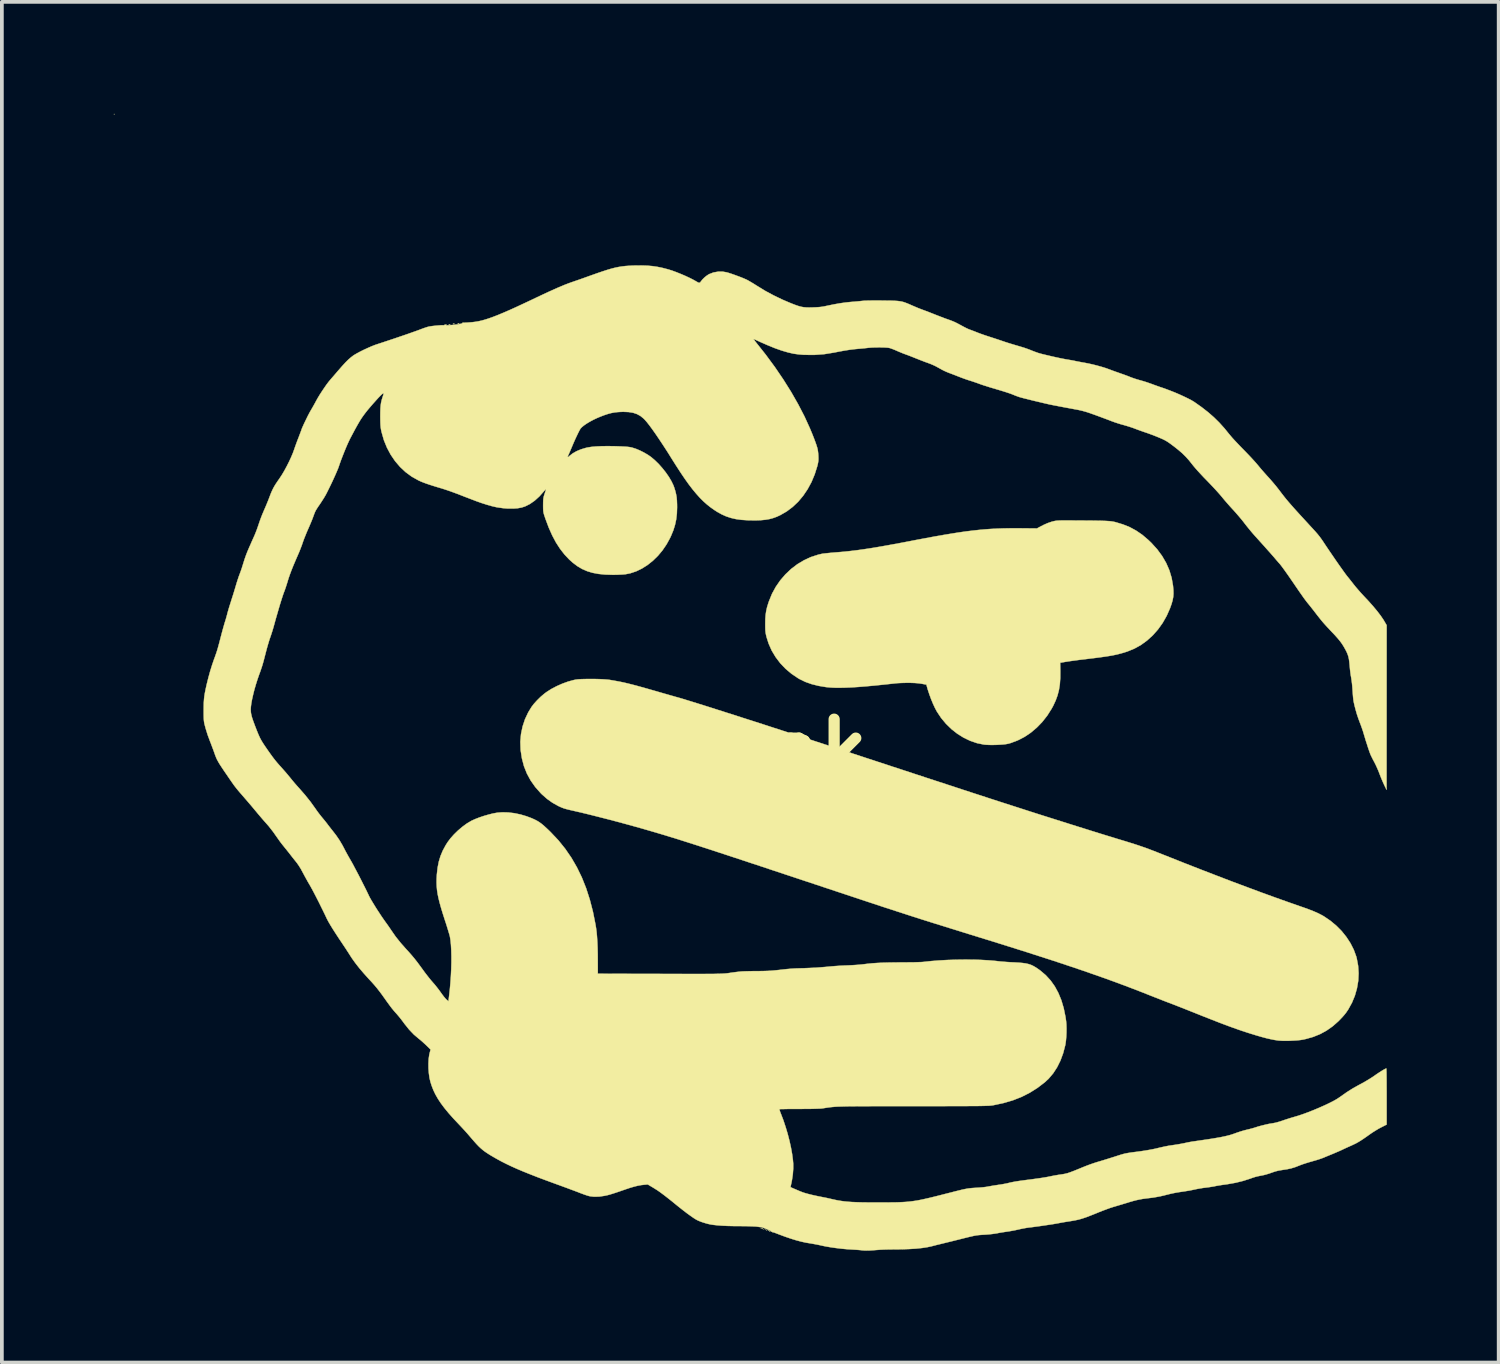
<source format=kicad_pcb>
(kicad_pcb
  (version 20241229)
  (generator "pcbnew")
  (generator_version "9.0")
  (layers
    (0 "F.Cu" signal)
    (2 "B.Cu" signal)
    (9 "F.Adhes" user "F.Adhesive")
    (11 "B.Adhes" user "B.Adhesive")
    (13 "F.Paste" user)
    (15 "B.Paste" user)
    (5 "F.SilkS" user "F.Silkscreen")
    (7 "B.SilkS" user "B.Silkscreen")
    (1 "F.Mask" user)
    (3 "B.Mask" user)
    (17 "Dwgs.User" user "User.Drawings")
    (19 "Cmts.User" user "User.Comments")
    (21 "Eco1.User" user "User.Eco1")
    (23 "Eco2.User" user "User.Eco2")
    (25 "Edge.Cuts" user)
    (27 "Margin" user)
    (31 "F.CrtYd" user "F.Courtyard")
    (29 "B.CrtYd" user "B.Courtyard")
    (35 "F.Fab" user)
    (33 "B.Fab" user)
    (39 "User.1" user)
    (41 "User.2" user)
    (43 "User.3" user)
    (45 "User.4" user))
  (footprint "thonk"
    (layer "F.Cu")
    (at 17.074 17.074)
    (property "Reference" "thonk" (at 0 0 0) (layer "F.SilkS") (effects (font (size 1.524 1.524) (thickness 0.3))))
    (attr through_hole)
    (fp_poly (pts (xy -17.056 -17.062) (xy -17.062 -17.056) (xy -17.069 -17.062) (xy -17.062 -17.069) (xy -17.056 -17.062)) (stroke (width 0.01) (type solid)) (fill yes) (layer "F.SilkS"))
    (fp_poly (pts (xy 0.368 12.846) (xy 0.362 12.852) (xy 0.356 12.846) (xy 0.362 12.84) (xy 0.368 12.846)) (stroke (width 0.01) (type solid)) (fill yes) (layer "F.SilkS"))
    (fp_poly (pts (xy 0.406 12.859) (xy 0.4 12.865) (xy 0.394 12.859) (xy 0.4 12.852) (xy 0.406 12.859)) (stroke (width 0.01) (type solid)) (fill yes) (layer "F.SilkS"))
    (fp_poly (pts (xy 0.445 12.871) (xy 0.438 12.878) (xy 0.432 12.871) (xy 0.438 12.865) (xy 0.445 12.871)) (stroke (width 0.01) (type solid)) (fill yes) (layer "F.SilkS"))
    (fp_poly (pts (xy 0.301 12.819) (xy 0.299 12.826) (xy 0.292 12.827) (xy 0.282 12.822) (xy 0.284 12.819) (xy 0.299 12.817) (xy 0.301 12.819)) (stroke (width 0.01) (type solid)) (fill yes) (layer "F.SilkS"))
    (fp_poly (pts (xy 0.339 12.831) (xy 0.337 12.839) (xy 0.33 12.84) (xy 0.32 12.835) (xy 0.322 12.831) (xy 0.337 12.83) (xy 0.339 12.831)) (stroke (width 0.01) (type solid)) (fill yes) (layer "F.SilkS"))
    (fp_poly (pts (xy 0.491 12.882) (xy 0.489 12.89) (xy 0.483 12.89) (xy 0.472 12.886) (xy 0.474 12.882) (xy 0.489 12.881) (xy 0.491 12.882)) (stroke (width 0.01) (type solid)) (fill yes) (layer "F.SilkS"))
    (fp_poly (pts (xy 0.529 12.895) (xy 0.527 12.902) (xy 0.521 12.903) (xy 0.51 12.899) (xy 0.512 12.895) (xy 0.527 12.893) (xy 0.529 12.895)) (stroke (width 0.01) (type solid)) (fill yes) (layer "F.SilkS"))
    (fp_poly (pts (xy 0.567 12.907) (xy 0.566 12.915) (xy 0.559 12.916) (xy 0.548 12.911) (xy 0.55 12.907) (xy 0.565 12.906) (xy 0.567 12.907)) (stroke (width 0.01) (type solid)) (fill yes) (layer "F.SilkS"))
    (fp_poly (pts (xy -8.048 -11.426) (xy -8.048 -11.421) (xy -8.068 -11.42) (xy -8.071 -11.42) (xy -8.091 -11.422) (xy -8.089 -11.425) (xy -8.086 -11.426) (xy -8.059 -11.428) (xy -8.048 -11.426)) (stroke (width 0.01) (type solid)) (fill yes) (layer "F.SilkS"))
    (fp_poly (pts (xy -7.934 -11.438) (xy -7.934 -11.434) (xy -7.954 -11.432) (xy -7.957 -11.432) (xy -7.976 -11.434) (xy -7.974 -11.438) (xy -7.972 -11.439) (xy -7.945 -11.441) (xy -7.934 -11.438)) (stroke (width 0.01) (type solid)) (fill yes) (layer "F.SilkS"))
    (fp_poly (pts (xy -7.807 -11.451) (xy -7.807 -11.447) (xy -7.827 -11.445) (xy -7.83 -11.445) (xy -7.849 -11.447) (xy -7.847 -11.451) (xy -7.845 -11.452) (xy -7.818 -11.453) (xy -7.807 -11.451)) (stroke (width 0.01) (type solid)) (fill yes) (layer "F.SilkS"))
    (fp_poly (pts (xy 8.552 -6.164) (xy 8.671 -6.163) (xy 8.687 -6.163) (xy 8.868 -6.162) (xy 9.025 -6.161) (xy 9.161 -6.16) (xy 9.278 -6.158) (xy 9.378 -6.157) (xy 9.462 -6.154) (xy 9.532 -6.152) (xy 9.591 -6.148) (xy 9.641 -6.145) (xy 9.684 -6.14) (xy 9.721 -6.134) (xy 9.754 -6.128) (xy 9.787 -6.121) (xy 9.801 -6.117) (xy 9.999 -6.057) (xy 10.181 -5.983) (xy 10.351 -5.891) (xy 10.513 -5.78) (xy 10.671 -5.646) (xy 10.757 -5.564) (xy 10.915 -5.39) (xy 11.047 -5.21) (xy 11.156 -5.022) (xy 11.241 -4.827) (xy 11.302 -4.623) (xy 11.339 -4.411) (xy 11.349 -4.291) (xy 11.351 -4.198) (xy 11.344 -4.109) (xy 11.327 -4.02) (xy 11.299 -3.922) (xy 11.259 -3.81) (xy 11.169 -3.606) (xy 11.061 -3.416) (xy 10.936 -3.241) (xy 10.796 -3.083) (xy 10.643 -2.944) (xy 10.478 -2.824) (xy 10.301 -2.726) (xy 10.116 -2.65) (xy 10.097 -2.644) (xy 10.019 -2.619) (xy 9.944 -2.598) (xy 9.869 -2.578) (xy 9.791 -2.56) (xy 9.707 -2.543) (xy 9.614 -2.527) (xy 9.509 -2.511) (xy 9.389 -2.494) (xy 9.252 -2.476) (xy 9.094 -2.457) (xy 9 -2.445) (xy 8.895 -2.433) (xy 8.79 -2.42) (xy 8.69 -2.406) (xy 8.6 -2.394) (xy 8.525 -2.383) (xy 8.47 -2.374) (xy 8.466 -2.374) (xy 8.312 -2.347) (xy 8.316 -2.123) (xy 8.315 -1.938) (xy 8.303 -1.771) (xy 8.279 -1.618) (xy 8.242 -1.474) (xy 8.191 -1.334) (xy 8.125 -1.192) (xy 8.083 -1.115) (xy 7.965 -0.929) (xy 7.831 -0.759) (xy 7.684 -0.607) (xy 7.524 -0.472) (xy 7.354 -0.358) (xy 7.175 -0.266) (xy 6.99 -0.196) (xy 6.918 -0.176) (xy 6.86 -0.165) (xy 6.783 -0.156) (xy 6.692 -0.15) (xy 6.595 -0.145) (xy 6.497 -0.143) (xy 6.404 -0.144) (xy 6.322 -0.148) (xy 6.269 -0.153) (xy 6.083 -0.191) (xy 5.901 -0.253) (xy 5.725 -0.337) (xy 5.556 -0.442) (xy 5.398 -0.566) (xy 5.252 -0.708) (xy 5.12 -0.866) (xy 5.005 -1.039) (xy 5.002 -1.045) (xy 4.953 -1.137) (xy 4.902 -1.247) (xy 4.851 -1.37) (xy 4.804 -1.498) (xy 4.762 -1.625) (xy 4.738 -1.709) (xy 4.724 -1.761) (xy 4.594 -1.785) (xy 4.511 -1.797) (xy 4.409 -1.805) (xy 4.294 -1.809) (xy 4.174 -1.809) (xy 4.053 -1.806) (xy 3.939 -1.8) (xy 3.873 -1.793) (xy 3.597 -1.763) (xy 3.344 -1.737) (xy 3.114 -1.716) (xy 2.905 -1.699) (xy 2.717 -1.687) (xy 2.548 -1.68) (xy 2.398 -1.677) (xy 2.264 -1.678) (xy 2.146 -1.684) (xy 2.043 -1.694) (xy 2.038 -1.694) (xy 1.832 -1.728) (xy 1.645 -1.775) (xy 1.476 -1.835) (xy 1.322 -1.91) (xy 1.287 -1.93) (xy 1.11 -2.049) (xy 0.948 -2.185) (xy 0.804 -2.336) (xy 0.68 -2.5) (xy 0.575 -2.675) (xy 0.493 -2.86) (xy 0.442 -3.019) (xy 0.427 -3.076) (xy 0.417 -3.123) (xy 0.41 -3.167) (xy 0.405 -3.214) (xy 0.403 -3.271) (xy 0.402 -3.343) (xy 0.402 -3.391) (xy 0.404 -3.519) (xy 0.412 -3.63) (xy 0.427 -3.732) (xy 0.45 -3.835) (xy 0.484 -3.946) (xy 0.503 -4.001) (xy 0.584 -4.199) (xy 0.686 -4.386) (xy 0.806 -4.559) (xy 0.944 -4.719) (xy 1.096 -4.863) (xy 1.261 -4.989) (xy 1.438 -5.095) (xy 1.625 -5.182) (xy 1.819 -5.245) (xy 1.93 -5.271) (xy 1.966 -5.276) (xy 2.021 -5.282) (xy 2.09 -5.289) (xy 2.168 -5.297) (xy 2.242 -5.303) (xy 2.376 -5.314) (xy 2.505 -5.325) (xy 2.632 -5.338) (xy 2.76 -5.353) (xy 2.889 -5.369) (xy 3.024 -5.388) (xy 3.166 -5.409) (xy 3.317 -5.433) (xy 3.481 -5.461) (xy 3.658 -5.492) (xy 3.853 -5.528) (xy 4.066 -5.567) (xy 4.301 -5.612) (xy 4.413 -5.634) (xy 4.689 -5.686) (xy 4.942 -5.733) (xy 5.175 -5.774) (xy 5.391 -5.81) (xy 5.592 -5.842) (xy 5.78 -5.869) (xy 5.959 -5.891) (xy 6.13 -5.91) (xy 6.296 -5.925) (xy 6.46 -5.937) (xy 6.624 -5.945) (xy 6.789 -5.951) (xy 6.96 -5.954) (xy 7.138 -5.954) (xy 7.252 -5.954) (xy 7.69 -5.95) (xy 7.753 -5.985) (xy 7.871 -6.046) (xy 7.975 -6.092) (xy 8.073 -6.126) (xy 8.109 -6.136) (xy 8.14 -6.144) (xy 8.168 -6.15) (xy 8.197 -6.155) (xy 8.229 -6.159) (xy 8.268 -6.161) (xy 8.317 -6.163) (xy 8.378 -6.164) (xy 8.456 -6.164) (xy 8.552 -6.164)) (stroke (width 0.01) (type solid)) (fill yes) (layer "F.SilkS"))
    (fp_poly (pts (xy -4.143 -1.911) (xy -4.036 -1.908) (xy -3.938 -1.903) (xy -3.852 -1.897) (xy -3.784 -1.89) (xy -3.772 -1.888) (xy -3.672 -1.871) (xy -3.577 -1.854) (xy -3.483 -1.836) (xy -3.387 -1.816) (xy -3.286 -1.792) (xy -3.178 -1.765) (xy -3.058 -1.734) (xy -2.925 -1.697) (xy -2.774 -1.655) (xy -2.604 -1.606) (xy -2.54 -1.588) (xy -2.43 -1.556) (xy -2.323 -1.525) (xy -2.224 -1.497) (xy -2.135 -1.471) (xy -2.059 -1.45) (xy -2.002 -1.433) (xy -1.964 -1.423) (xy -1.962 -1.422) (xy -1.9 -1.405) (xy -1.815 -1.38) (xy -1.708 -1.347) (xy -1.581 -1.308) (xy -1.433 -1.262) (xy -1.266 -1.21) (xy -1.082 -1.152) (xy -0.882 -1.088) (xy -0.666 -1.019) (xy -0.435 -0.946) (xy -0.191 -0.867) (xy 0.065 -0.785) (xy 0.333 -0.699) (xy 0.61 -0.609) (xy 0.897 -0.516) (xy 1.192 -0.42) (xy 1.493 -0.322) (xy 1.801 -0.222) (xy 2.113 -0.12) (xy 2.429 -0.017) (xy 2.748 0.088) (xy 3.061 0.191) (xy 3.435 0.314) (xy 3.787 0.43) (xy 4.118 0.538) (xy 4.428 0.64) (xy 4.719 0.736) (xy 4.992 0.825) (xy 5.249 0.909) (xy 5.49 0.988) (xy 5.718 1.063) (xy 5.932 1.133) (xy 6.136 1.199) (xy 6.329 1.262) (xy 6.513 1.322) (xy 6.689 1.379) (xy 6.86 1.434) (xy 7.025 1.487) (xy 7.186 1.539) (xy 7.345 1.59) (xy 7.502 1.641) (xy 7.659 1.691) (xy 7.728 1.713) (xy 7.92 1.774) (xy 8.123 1.838) (xy 8.332 1.904) (xy 8.544 1.971) (xy 8.756 2.038) (xy 8.965 2.103) (xy 9.168 2.167) (xy 9.361 2.227) (xy 9.542 2.283) (xy 9.707 2.333) (xy 9.852 2.378) (xy 9.925 2.4) (xy 10.068 2.443) (xy 10.193 2.482) (xy 10.305 2.517) (xy 10.406 2.55) (xy 10.502 2.583) (xy 10.598 2.616) (xy 10.696 2.653) (xy 10.802 2.693) (xy 10.919 2.739) (xy 11.053 2.792) (xy 11.163 2.835) (xy 11.62 3.017) (xy 12.067 3.192) (xy 12.502 3.36) (xy 12.925 3.522) (xy 13.334 3.675) (xy 13.726 3.821) (xy 14.101 3.957) (xy 14.456 4.083) (xy 14.79 4.2) (xy 14.821 4.21) (xy 14.979 4.267) (xy 15.116 4.321) (xy 15.234 4.373) (xy 15.337 4.426) (xy 15.384 4.453) (xy 15.558 4.571) (xy 15.718 4.704) (xy 15.864 4.851) (xy 15.991 5.01) (xy 16.1 5.178) (xy 16.188 5.352) (xy 16.253 5.53) (xy 16.267 5.582) (xy 16.304 5.78) (xy 16.317 5.981) (xy 16.307 6.184) (xy 16.273 6.385) (xy 16.217 6.582) (xy 16.139 6.771) (xy 16.039 6.952) (xy 15.98 7.039) (xy 15.942 7.087) (xy 15.893 7.144) (xy 15.836 7.205) (xy 15.78 7.263) (xy 15.773 7.27) (xy 15.619 7.405) (xy 15.458 7.518) (xy 15.288 7.611) (xy 15.104 7.686) (xy 14.905 7.743) (xy 14.823 7.761) (xy 14.753 7.772) (xy 14.665 7.781) (xy 14.566 7.787) (xy 14.462 7.792) (xy 14.359 7.793) (xy 14.266 7.792) (xy 14.188 7.787) (xy 14.165 7.785) (xy 14.064 7.77) (xy 13.958 7.749) (xy 13.841 7.722) (xy 13.71 7.687) (xy 13.559 7.643) (xy 13.549 7.64) (xy 13.431 7.604) (xy 13.315 7.567) (xy 13.199 7.529) (xy 13.08 7.488) (xy 12.956 7.444) (xy 12.824 7.396) (xy 12.681 7.343) (xy 12.526 7.283) (xy 12.355 7.216) (xy 12.166 7.142) (xy 11.956 7.058) (xy 11.932 7.048) (xy 11.816 7.002) (xy 11.698 6.955) (xy 11.582 6.909) (xy 11.472 6.866) (xy 11.372 6.827) (xy 11.288 6.794) (xy 11.222 6.769) (xy 11.22 6.769) (xy 11.142 6.739) (xy 11.046 6.702) (xy 10.941 6.66) (xy 10.832 6.618) (xy 10.726 6.576) (xy 10.673 6.555) (xy 10.44 6.463) (xy 10.204 6.372) (xy 9.962 6.281) (xy 9.713 6.189) (xy 9.455 6.096) (xy 9.187 6.002) (xy 8.908 5.905) (xy 8.615 5.806) (xy 8.307 5.703) (xy 7.983 5.597) (xy 7.641 5.487) (xy 7.279 5.371) (xy 6.897 5.251) (xy 6.492 5.124) (xy 6.369 5.086) (xy 6.147 5.018) (xy 5.941 4.954) (xy 5.75 4.895) (xy 5.572 4.839) (xy 5.406 4.788) (xy 5.25 4.739) (xy 5.103 4.693) (xy 4.963 4.65) (xy 4.829 4.608) (xy 4.699 4.567) (xy 4.572 4.527) (xy 4.447 4.487) (xy 4.322 4.447) (xy 4.196 4.406) (xy 4.067 4.364) (xy 3.933 4.321) (xy 3.794 4.275) (xy 3.647 4.228) (xy 3.492 4.177) (xy 3.327 4.122) (xy 3.151 4.064) (xy 2.961 4.001) (xy 2.757 3.933) (xy 2.537 3.86) (xy 2.299 3.781) (xy 2.043 3.696) (xy 1.766 3.604) (xy 1.468 3.505) (xy 1.264 3.437) (xy 0.926 3.325) (xy 0.612 3.221) (xy 0.319 3.123) (xy 0.046 3.033) (xy -0.207 2.949) (xy -0.441 2.872) (xy -0.659 2.8) (xy -0.861 2.734) (xy -1.049 2.672) (xy -1.223 2.616) (xy -1.385 2.563) (xy -1.536 2.515) (xy -1.677 2.47) (xy -1.809 2.428) (xy -1.934 2.388) (xy -2.052 2.351) (xy -2.166 2.317) (xy -2.275 2.283) (xy -2.382 2.251) (xy -2.487 2.22) (xy -2.592 2.189) (xy -2.698 2.158) (xy -2.806 2.127) (xy -2.908 2.097) (xy -3.109 2.041) (xy -3.323 1.982) (xy -3.544 1.922) (xy -3.767 1.863) (xy -3.99 1.806) (xy -4.206 1.751) (xy -4.412 1.7) (xy -4.603 1.655) (xy -4.775 1.615) (xy -4.782 1.614) (xy -4.871 1.593) (xy -4.941 1.575) (xy -4.999 1.558) (xy -5.051 1.538) (xy -5.103 1.516) (xy -5.152 1.493) (xy -5.307 1.406) (xy -5.449 1.305) (xy -5.587 1.184) (xy -5.62 1.151) (xy -5.767 0.985) (xy -5.891 0.809) (xy -5.992 0.623) (xy -6.07 0.426) (xy -6.125 0.217) (xy -6.159 -0.004) (xy -6.16 -0.022) (xy -6.167 -0.229) (xy -6.149 -0.435) (xy -6.107 -0.637) (xy -6.043 -0.831) (xy -5.956 -1.016) (xy -5.865 -1.165) (xy -5.797 -1.253) (xy -5.713 -1.345) (xy -5.62 -1.436) (xy -5.523 -1.518) (xy -5.467 -1.56) (xy -5.339 -1.642) (xy -5.195 -1.718) (xy -5.042 -1.786) (xy -4.887 -1.842) (xy -4.737 -1.883) (xy -4.68 -1.895) (xy -4.626 -1.902) (xy -4.552 -1.907) (xy -4.461 -1.91) (xy -4.36 -1.912) (xy -4.252 -1.912) (xy -4.143 -1.911)) (stroke (width 0.01) (type solid)) (fill yes) (layer "F.SilkS"))
    (fp_poly (pts (xy -2.761 -12.998) (xy -2.622 -12.986) (xy -2.488 -12.966) (xy -2.353 -12.938) (xy -2.211 -12.901) (xy -2.191 -12.895) (xy -2.092 -12.864) (xy -1.981 -12.823) (xy -1.864 -12.776) (xy -1.747 -12.726) (xy -1.635 -12.674) (xy -1.534 -12.623) (xy -1.45 -12.576) (xy -1.433 -12.566) (xy -1.392 -12.543) (xy -1.364 -12.538) (xy -1.342 -12.551) (xy -1.321 -12.579) (xy -1.286 -12.624) (xy -1.236 -12.674) (xy -1.18 -12.721) (xy -1.124 -12.759) (xy -1.105 -12.77) (xy -0.989 -12.815) (xy -0.865 -12.837) (xy -0.737 -12.837) (xy -0.641 -12.821) (xy -0.586 -12.806) (xy -0.514 -12.783) (xy -0.431 -12.754) (xy -0.344 -12.722) (xy -0.258 -12.69) (xy -0.179 -12.658) (xy -0.115 -12.63) (xy -0.089 -12.618) (xy -0.045 -12.594) (xy 0.013 -12.56) (xy 0.081 -12.52) (xy 0.152 -12.475) (xy 0.197 -12.447) (xy 0.403 -12.321) (xy 0.628 -12.2) (xy 0.865 -12.086) (xy 1.045 -12.009) (xy 1.149 -11.967) (xy 1.234 -11.935) (xy 1.307 -11.911) (xy 1.373 -11.894) (xy 1.437 -11.883) (xy 1.503 -11.878) (xy 1.578 -11.876) (xy 1.666 -11.878) (xy 1.676 -11.878) (xy 1.77 -11.882) (xy 1.848 -11.887) (xy 1.918 -11.895) (xy 1.989 -11.907) (xy 2.064 -11.923) (xy 2.244 -11.96) (xy 2.405 -11.989) (xy 2.555 -12.01) (xy 2.699 -12.025) (xy 2.724 -12.027) (xy 2.8 -12.033) (xy 2.878 -12.04) (xy 2.948 -12.047) (xy 3.003 -12.053) (xy 3.005 -12.053) (xy 3.05 -12.057) (xy 3.117 -12.06) (xy 3.205 -12.062) (xy 3.311 -12.063) (xy 3.432 -12.063) (xy 3.551 -12.062) (xy 3.678 -12.06) (xy 3.782 -12.059) (xy 3.868 -12.056) (xy 3.94 -12.052) (xy 4.001 -12.045) (xy 4.055 -12.036) (xy 4.106 -12.024) (xy 4.156 -12.007) (xy 4.211 -11.986) (xy 4.273 -11.96) (xy 4.346 -11.927) (xy 4.352 -11.925) (xy 4.427 -11.893) (xy 4.505 -11.86) (xy 4.58 -11.831) (xy 4.641 -11.808) (xy 4.647 -11.806) (xy 4.706 -11.784) (xy 4.78 -11.756) (xy 4.859 -11.725) (xy 4.935 -11.695) (xy 4.94 -11.693) (xy 5.019 -11.662) (xy 5.107 -11.628) (xy 5.192 -11.595) (xy 5.264 -11.569) (xy 5.352 -11.538) (xy 5.423 -11.511) (xy 5.486 -11.484) (xy 5.547 -11.454) (xy 5.615 -11.418) (xy 5.683 -11.381) (xy 5.743 -11.349) (xy 5.802 -11.319) (xy 5.853 -11.296) (xy 5.886 -11.283) (xy 5.924 -11.269) (xy 5.978 -11.249) (xy 6.04 -11.225) (xy 6.089 -11.205) (xy 6.16 -11.178) (xy 6.244 -11.148) (xy 6.329 -11.119) (xy 6.387 -11.1) (xy 6.455 -11.078) (xy 6.539 -11.051) (xy 6.63 -11.021) (xy 6.72 -10.991) (xy 6.769 -10.974) (xy 6.858 -10.944) (xy 6.956 -10.913) (xy 7.055 -10.883) (xy 7.143 -10.857) (xy 7.181 -10.846) (xy 7.261 -10.822) (xy 7.347 -10.796) (xy 7.427 -10.768) (xy 7.495 -10.743) (xy 7.505 -10.739) (xy 7.569 -10.713) (xy 7.635 -10.688) (xy 7.693 -10.667) (xy 7.722 -10.657) (xy 7.769 -10.643) (xy 7.837 -10.625) (xy 7.92 -10.605) (xy 8.013 -10.583) (xy 8.111 -10.56) (xy 8.21 -10.538) (xy 8.303 -10.518) (xy 8.388 -10.501) (xy 8.457 -10.488) (xy 8.486 -10.483) (xy 8.557 -10.471) (xy 8.633 -10.458) (xy 8.703 -10.444) (xy 8.725 -10.439) (xy 8.789 -10.426) (xy 8.864 -10.412) (xy 8.938 -10.398) (xy 8.96 -10.395) (xy 9.068 -10.374) (xy 9.186 -10.348) (xy 9.308 -10.317) (xy 9.426 -10.284) (xy 9.533 -10.251) (xy 9.608 -10.224) (xy 9.675 -10.199) (xy 9.756 -10.169) (xy 9.841 -10.139) (xy 9.921 -10.111) (xy 9.925 -10.109) (xy 9.998 -10.084) (xy 10.072 -10.057) (xy 10.139 -10.032) (xy 10.191 -10.011) (xy 10.198 -10.008) (xy 10.249 -9.989) (xy 10.316 -9.966) (xy 10.389 -9.943) (xy 10.456 -9.924) (xy 10.534 -9.902) (xy 10.619 -9.876) (xy 10.7 -9.848) (xy 10.754 -9.829) (xy 10.821 -9.804) (xy 10.902 -9.775) (xy 10.986 -9.745) (xy 11.062 -9.72) (xy 11.168 -9.682) (xy 11.281 -9.639) (xy 11.399 -9.592) (xy 11.515 -9.542) (xy 11.626 -9.491) (xy 11.728 -9.442) (xy 11.817 -9.397) (xy 11.887 -9.356) (xy 11.912 -9.34) (xy 12.106 -9.203) (xy 12.279 -9.068) (xy 12.436 -8.931) (xy 12.58 -8.789) (xy 12.717 -8.637) (xy 12.847 -8.477) (xy 12.882 -8.435) (xy 12.931 -8.378) (xy 12.992 -8.311) (xy 13.061 -8.238) (xy 13.134 -8.161) (xy 13.209 -8.084) (xy 13.222 -8.071) (xy 13.298 -7.993) (xy 13.375 -7.913) (xy 13.448 -7.835) (xy 13.514 -7.763) (xy 13.57 -7.7) (xy 13.612 -7.65) (xy 13.616 -7.646) (xy 13.666 -7.585) (xy 13.727 -7.513) (xy 13.794 -7.437) (xy 13.86 -7.363) (xy 13.896 -7.324) (xy 13.962 -7.25) (xy 14.036 -7.164) (xy 14.11 -7.075) (xy 14.176 -6.991) (xy 14.203 -6.955) (xy 14.263 -6.876) (xy 14.32 -6.803) (xy 14.377 -6.732) (xy 14.437 -6.661) (xy 14.502 -6.586) (xy 14.575 -6.503) (xy 14.659 -6.41) (xy 14.756 -6.303) (xy 14.802 -6.253) (xy 14.872 -6.177) (xy 14.944 -6.099) (xy 15.013 -6.023) (xy 15.076 -5.955) (xy 15.128 -5.898) (xy 15.16 -5.863) (xy 15.214 -5.801) (xy 15.27 -5.731) (xy 15.321 -5.662) (xy 15.357 -5.61) (xy 15.393 -5.555) (xy 15.439 -5.486) (xy 15.492 -5.407) (xy 15.551 -5.32) (xy 15.614 -5.228) (xy 15.678 -5.134) (xy 15.742 -5.042) (xy 15.803 -4.954) (xy 15.86 -4.874) (xy 15.91 -4.804) (xy 15.951 -4.747) (xy 15.981 -4.707) (xy 15.991 -4.693) (xy 16.021 -4.655) (xy 16.063 -4.604) (xy 16.11 -4.544) (xy 16.16 -4.481) (xy 16.183 -4.451) (xy 16.241 -4.379) (xy 16.309 -4.3) (xy 16.378 -4.221) (xy 16.442 -4.152) (xy 16.453 -4.14) (xy 16.59 -3.994) (xy 16.713 -3.855) (xy 16.82 -3.726) (xy 16.91 -3.608) (xy 16.982 -3.502) (xy 17.01 -3.455) (xy 17.069 -3.354) (xy 17.067 1.06) (xy 17.005 0.933) (xy 16.977 0.872) (xy 16.944 0.796) (xy 16.91 0.714) (xy 16.88 0.636) (xy 16.877 0.629) (xy 16.847 0.55) (xy 16.81 0.466) (xy 16.773 0.385) (xy 16.739 0.318) (xy 16.737 0.314) (xy 16.704 0.253) (xy 16.673 0.191) (xy 16.647 0.138) (xy 16.632 0.104) (xy 16.616 0.061) (xy 16.594 -0.001) (xy 16.568 -0.078) (xy 16.54 -0.166) (xy 16.51 -0.258) (xy 16.482 -0.352) (xy 16.455 -0.441) (xy 16.447 -0.47) (xy 16.428 -0.53) (xy 16.402 -0.605) (xy 16.374 -0.683) (xy 16.347 -0.753) (xy 16.31 -0.852) (xy 16.272 -0.965) (xy 16.238 -1.084) (xy 16.208 -1.199) (xy 16.185 -1.302) (xy 16.181 -1.327) (xy 16.175 -1.367) (xy 16.169 -1.425) (xy 16.163 -1.496) (xy 16.158 -1.572) (xy 16.155 -1.613) (xy 16.149 -1.696) (xy 16.141 -1.782) (xy 16.131 -1.862) (xy 16.121 -1.929) (xy 16.118 -1.949) (xy 16.107 -2.011) (xy 16.096 -2.089) (xy 16.086 -2.173) (xy 16.079 -2.255) (xy 16.078 -2.267) (xy 16.068 -2.367) (xy 16.057 -2.449) (xy 16.041 -2.519) (xy 16.019 -2.584) (xy 15.99 -2.65) (xy 15.952 -2.721) (xy 15.912 -2.791) (xy 15.872 -2.854) (xy 15.829 -2.914) (xy 15.779 -2.976) (xy 15.719 -3.045) (xy 15.646 -3.125) (xy 15.611 -3.161) (xy 15.531 -3.246) (xy 15.464 -3.318) (xy 15.407 -3.381) (xy 15.356 -3.439) (xy 15.307 -3.498) (xy 15.256 -3.562) (xy 15.199 -3.634) (xy 15.181 -3.658) (xy 15.13 -3.724) (xy 15.076 -3.793) (xy 15.025 -3.858) (xy 14.982 -3.911) (xy 14.966 -3.931) (xy 14.941 -3.961) (xy 14.917 -3.992) (xy 14.893 -4.024) (xy 14.866 -4.06) (xy 14.835 -4.102) (xy 14.8 -4.153) (xy 14.757 -4.214) (xy 14.706 -4.287) (xy 14.645 -4.376) (xy 14.573 -4.482) (xy 14.502 -4.585) (xy 14.443 -4.671) (xy 14.384 -4.755) (xy 14.329 -4.832) (xy 14.28 -4.899) (xy 14.239 -4.954) (xy 14.209 -4.992) (xy 14.201 -5.001) (xy 14.158 -5.049) (xy 14.113 -5.101) (xy 14.076 -5.145) (xy 14.074 -5.147) (xy 14.039 -5.188) (xy 13.989 -5.245) (xy 13.928 -5.315) (xy 13.856 -5.395) (xy 13.778 -5.483) (xy 13.694 -5.576) (xy 13.621 -5.657) (xy 13.547 -5.739) (xy 13.484 -5.81) (xy 13.428 -5.876) (xy 13.373 -5.943) (xy 13.314 -6.016) (xy 13.246 -6.103) (xy 13.233 -6.121) (xy 13.176 -6.192) (xy 13.109 -6.272) (xy 13.037 -6.355) (xy 12.969 -6.432) (xy 12.939 -6.464) (xy 12.875 -6.534) (xy 12.806 -6.612) (xy 12.737 -6.691) (xy 12.677 -6.763) (xy 12.651 -6.795) (xy 12.608 -6.846) (xy 12.551 -6.911) (xy 12.483 -6.986) (xy 12.409 -7.066) (xy 12.331 -7.148) (xy 12.255 -7.227) (xy 12.249 -7.233) (xy 12.164 -7.32) (xy 12.082 -7.408) (xy 12.005 -7.491) (xy 11.938 -7.567) (xy 11.884 -7.631) (xy 11.858 -7.664) (xy 11.769 -7.776) (xy 11.68 -7.875) (xy 11.587 -7.967) (xy 11.482 -8.057) (xy 11.361 -8.153) (xy 11.347 -8.163) (xy 11.275 -8.217) (xy 11.216 -8.259) (xy 11.164 -8.292) (xy 11.114 -8.32) (xy 11.059 -8.347) (xy 10.992 -8.376) (xy 10.975 -8.383) (xy 10.891 -8.418) (xy 10.797 -8.455) (xy 10.702 -8.49) (xy 10.618 -8.52) (xy 10.613 -8.521) (xy 10.537 -8.547) (xy 10.458 -8.575) (xy 10.384 -8.602) (xy 10.325 -8.624) (xy 10.318 -8.627) (xy 10.262 -8.648) (xy 10.19 -8.672) (xy 10.11 -8.697) (xy 10.031 -8.72) (xy 10.014 -8.725) (xy 9.934 -8.747) (xy 9.851 -8.773) (xy 9.772 -8.799) (xy 9.707 -8.823) (xy 9.697 -8.826) (xy 9.602 -8.863) (xy 9.49 -8.905) (xy 9.369 -8.95) (xy 9.247 -8.995) (xy 9.131 -9.036) (xy 9.074 -9.056) (xy 8.998 -9.08) (xy 8.911 -9.104) (xy 8.826 -9.124) (xy 8.788 -9.132) (xy 8.695 -9.149) (xy 8.595 -9.168) (xy 8.491 -9.187) (xy 8.39 -9.206) (xy 8.294 -9.224) (xy 8.209 -9.241) (xy 8.139 -9.254) (xy 8.089 -9.264) (xy 8.084 -9.265) (xy 8.03 -9.276) (xy 7.96 -9.292) (xy 7.877 -9.311) (xy 7.785 -9.333) (xy 7.688 -9.356) (xy 7.59 -9.379) (xy 7.495 -9.403) (xy 7.407 -9.425) (xy 7.33 -9.444) (xy 7.268 -9.461) (xy 7.225 -9.473) (xy 7.214 -9.476) (xy 7.16 -9.495) (xy 7.097 -9.519) (xy 7.036 -9.544) (xy 7.029 -9.547) (xy 6.989 -9.562) (xy 6.929 -9.583) (xy 6.853 -9.608) (xy 6.767 -9.635) (xy 6.675 -9.663) (xy 6.603 -9.684) (xy 6.509 -9.712) (xy 6.415 -9.74) (xy 6.328 -9.768) (xy 6.251 -9.792) (xy 6.19 -9.813) (xy 6.159 -9.824) (xy 6.094 -9.848) (xy 6.016 -9.875) (xy 5.938 -9.901) (xy 5.893 -9.915) (xy 5.821 -9.938) (xy 5.738 -9.967) (xy 5.652 -9.999) (xy 5.582 -10.026) (xy 5.511 -10.054) (xy 5.439 -10.082) (xy 5.373 -10.107) (xy 5.322 -10.126) (xy 5.32 -10.127) (xy 5.261 -10.151) (xy 5.193 -10.182) (xy 5.131 -10.214) (xy 5.123 -10.219) (xy 5.036 -10.267) (xy 4.964 -10.306) (xy 4.897 -10.337) (xy 4.828 -10.366) (xy 4.75 -10.395) (xy 4.75 -10.395) (xy 4.685 -10.418) (xy 4.607 -10.448) (xy 4.525 -10.48) (xy 4.448 -10.511) (xy 4.445 -10.512) (xy 4.372 -10.541) (xy 4.297 -10.571) (xy 4.227 -10.598) (xy 4.171 -10.618) (xy 4.166 -10.62) (xy 4.106 -10.642) (xy 4.035 -10.671) (xy 3.963 -10.701) (xy 3.923 -10.719) (xy 3.862 -10.745) (xy 3.802 -10.768) (xy 3.751 -10.786) (xy 3.723 -10.793) (xy 3.681 -10.799) (xy 3.619 -10.803) (xy 3.544 -10.806) (xy 3.461 -10.807) (xy 3.375 -10.806) (xy 3.293 -10.804) (xy 3.221 -10.8) (xy 3.165 -10.795) (xy 3.115 -10.789) (xy 3.049 -10.782) (xy 2.974 -10.775) (xy 2.904 -10.769) (xy 2.789 -10.758) (xy 2.668 -10.743) (xy 2.535 -10.722) (xy 2.386 -10.695) (xy 2.25 -10.668) (xy 1.986 -10.625) (xy 1.715 -10.605) (xy 1.443 -10.607) (xy 1.304 -10.618) (xy 1.164 -10.637) (xy 1.011 -10.672) (xy 0.844 -10.721) (xy 0.662 -10.785) (xy 0.464 -10.866) (xy 0.279 -10.947) (xy 0.218 -10.975) (xy 0.163 -11) (xy 0.121 -11.019) (xy 0.095 -11.031) (xy 0.09 -11.033) (xy 0.09 -11.027) (xy 0.104 -11.006) (xy 0.129 -10.972) (xy 0.154 -10.94) (xy 0.414 -10.612) (xy 0.659 -10.28) (xy 0.886 -9.946) (xy 1.095 -9.613) (xy 1.284 -9.282) (xy 1.453 -8.956) (xy 1.599 -8.636) (xy 1.668 -8.47) (xy 1.711 -8.36) (xy 1.745 -8.269) (xy 1.772 -8.193) (xy 1.792 -8.13) (xy 1.806 -8.074) (xy 1.815 -8.021) (xy 1.821 -7.969) (xy 1.825 -7.913) (xy 1.826 -7.899) (xy 1.828 -7.83) (xy 1.827 -7.777) (xy 1.821 -7.729) (xy 1.811 -7.677) (xy 1.797 -7.62) (xy 1.728 -7.401) (xy 1.642 -7.195) (xy 1.538 -7.003) (xy 1.419 -6.827) (xy 1.286 -6.668) (xy 1.138 -6.528) (xy 0.979 -6.408) (xy 0.808 -6.309) (xy 0.711 -6.264) (xy 0.615 -6.229) (xy 0.516 -6.202) (xy 0.411 -6.184) (xy 0.292 -6.172) (xy 0.156 -6.167) (xy 0.108 -6.167) (xy -0.075 -6.17) (xy -0.238 -6.181) (xy -0.384 -6.201) (xy -0.518 -6.232) (xy -0.643 -6.273) (xy -0.764 -6.327) (xy -0.884 -6.393) (xy -0.964 -6.445) (xy -1.065 -6.516) (xy -1.162 -6.593) (xy -1.257 -6.678) (xy -1.352 -6.773) (xy -1.447 -6.879) (xy -1.546 -6.998) (xy -1.648 -7.131) (xy -1.755 -7.281) (xy -1.869 -7.45) (xy -1.991 -7.638) (xy -2.096 -7.804) (xy -2.215 -7.995) (xy -2.329 -8.171) (xy -2.435 -8.331) (xy -2.533 -8.476) (xy -2.622 -8.602) (xy -2.702 -8.711) (xy -2.771 -8.799) (xy -2.83 -8.867) (xy -2.863 -8.9) (xy -2.946 -8.967) (xy -3.039 -9.018) (xy -3.143 -9.053) (xy -3.262 -9.072) (xy -3.399 -9.078) (xy -3.459 -9.077) (xy -3.558 -9.071) (xy -3.646 -9.061) (xy -3.73 -9.045) (xy -3.816 -9.022) (xy -3.913 -8.99) (xy -4.013 -8.952) (xy -4.113 -8.91) (xy -4.212 -8.863) (xy -4.305 -8.813) (xy -4.39 -8.762) (xy -4.462 -8.712) (xy -4.518 -8.666) (xy -4.555 -8.626) (xy -4.558 -8.621) (xy -4.583 -8.577) (xy -4.615 -8.514) (xy -4.652 -8.437) (xy -4.692 -8.352) (xy -4.732 -8.262) (xy -4.77 -8.173) (xy -4.775 -8.161) (xy -4.804 -8.092) (xy -4.831 -8.028) (xy -4.855 -7.973) (xy -4.872 -7.934) (xy -4.879 -7.921) (xy -4.895 -7.884) (xy -4.895 -7.866) (xy -4.881 -7.869) (xy -4.852 -7.892) (xy -4.848 -7.896) (xy -4.765 -7.961) (xy -4.661 -8.021) (xy -4.542 -8.071) (xy -4.412 -8.11) (xy -4.364 -8.121) (xy -4.266 -8.137) (xy -4.145 -8.148) (xy -4.002 -8.155) (xy -3.84 -8.158) (xy -3.661 -8.156) (xy -3.588 -8.154) (xy -3.482 -8.15) (xy -3.397 -8.146) (xy -3.329 -8.142) (xy -3.275 -8.137) (xy -3.229 -8.131) (xy -3.189 -8.123) (xy -3.162 -8.116) (xy -3.067 -8.086) (xy -2.961 -8.041) (xy -2.853 -7.987) (xy -2.75 -7.927) (xy -2.665 -7.869) (xy -2.562 -7.782) (xy -2.459 -7.682) (xy -2.36 -7.57) (xy -2.267 -7.453) (xy -2.184 -7.334) (xy -2.115 -7.217) (xy -2.062 -7.107) (xy -2.042 -7.053) (xy -2.012 -6.958) (xy -1.991 -6.872) (xy -1.976 -6.788) (xy -1.968 -6.698) (xy -1.964 -6.595) (xy -1.963 -6.515) (xy -1.969 -6.346) (xy -1.987 -6.192) (xy -2.018 -6.047) (xy -2.063 -5.901) (xy -2.126 -5.749) (xy -2.152 -5.693) (xy -2.246 -5.522) (xy -2.355 -5.362) (xy -2.477 -5.216) (xy -2.611 -5.085) (xy -2.755 -4.97) (xy -2.905 -4.875) (xy -3.06 -4.8) (xy -3.219 -4.747) (xy -3.34 -4.723) (xy -3.395 -4.717) (xy -3.469 -4.713) (xy -3.555 -4.709) (xy -3.645 -4.707) (xy -3.702 -4.707) (xy -3.898 -4.713) (xy -4.074 -4.731) (xy -4.233 -4.761) (xy -4.377 -4.805) (xy -4.512 -4.864) (xy -4.638 -4.939) (xy -4.76 -5.031) (xy -4.856 -5.117) (xy -4.984 -5.253) (xy -5.102 -5.405) (xy -5.211 -5.573) (xy -5.311 -5.761) (xy -5.404 -5.969) (xy -5.491 -6.201) (xy -5.507 -6.248) (xy -5.527 -6.307) (xy -5.54 -6.352) (xy -5.548 -6.391) (xy -5.553 -6.432) (xy -5.555 -6.481) (xy -5.556 -6.545) (xy -5.556 -6.579) (xy -5.555 -6.653) (xy -5.553 -6.709) (xy -5.549 -6.753) (xy -5.542 -6.793) (xy -5.531 -6.834) (xy -5.515 -6.883) (xy -5.498 -6.934) (xy -5.486 -6.975) (xy -5.479 -7.001) (xy -5.479 -7.007) (xy -5.488 -7) (xy -5.508 -6.978) (xy -5.532 -6.95) (xy -5.656 -6.81) (xy -5.783 -6.695) (xy -5.911 -6.606) (xy -6.041 -6.541) (xy -6.134 -6.511) (xy -6.238 -6.492) (xy -6.359 -6.483) (xy -6.492 -6.483) (xy -6.631 -6.494) (xy -6.771 -6.514) (xy -6.816 -6.522) (xy -6.936 -6.55) (xy -7.072 -6.589) (xy -7.219 -6.636) (xy -7.37 -6.69) (xy -7.405 -6.704) (xy -7.482 -6.733) (xy -7.575 -6.769) (xy -7.675 -6.807) (xy -7.774 -6.846) (xy -7.851 -6.876) (xy -7.941 -6.909) (xy -8.036 -6.944) (xy -8.129 -6.976) (xy -8.214 -7.004) (xy -8.277 -7.024) (xy -8.412 -7.064) (xy -8.525 -7.099) (xy -8.621 -7.13) (xy -8.702 -7.158) (xy -8.772 -7.184) (xy -8.834 -7.209) (xy -8.891 -7.235) (xy -8.909 -7.244) (xy -9.083 -7.342) (xy -9.246 -7.462) (xy -9.394 -7.601) (xy -9.528 -7.758) (xy -9.645 -7.93) (xy -9.745 -8.117) (xy -9.826 -8.315) (xy -9.886 -8.524) (xy -9.896 -8.565) (xy -9.906 -8.616) (xy -9.913 -8.666) (xy -9.918 -8.721) (xy -9.921 -8.785) (xy -9.923 -8.864) (xy -9.924 -8.954) (xy -9.923 -9.07) (xy -9.92 -9.166) (xy -9.913 -9.248) (xy -9.903 -9.321) (xy -9.887 -9.39) (xy -9.866 -9.462) (xy -9.855 -9.493) (xy -9.843 -9.533) (xy -9.836 -9.562) (xy -9.836 -9.573) (xy -9.85 -9.572) (xy -9.877 -9.552) (xy -9.917 -9.515) (xy -9.972 -9.458) (xy -10.041 -9.382) (xy -10.126 -9.287) (xy -10.143 -9.267) (xy -10.211 -9.188) (xy -10.27 -9.118) (xy -10.322 -9.052) (xy -10.37 -8.988) (xy -10.416 -8.923) (xy -10.461 -8.854) (xy -10.507 -8.776) (xy -10.557 -8.689) (xy -10.613 -8.587) (xy -10.676 -8.468) (xy -10.732 -8.363) (xy -10.765 -8.295) (xy -10.805 -8.208) (xy -10.848 -8.108) (xy -10.892 -8) (xy -10.936 -7.889) (xy -10.978 -7.78) (xy -11.014 -7.679) (xy -11.036 -7.614) (xy -11.054 -7.564) (xy -11.082 -7.497) (xy -11.117 -7.415) (xy -11.158 -7.324) (xy -11.202 -7.227) (xy -11.248 -7.13) (xy -11.294 -7.036) (xy -11.337 -6.949) (xy -11.375 -6.874) (xy -11.407 -6.816) (xy -11.409 -6.814) (xy -11.437 -6.766) (xy -11.475 -6.707) (xy -11.517 -6.642) (xy -11.551 -6.591) (xy -11.596 -6.526) (xy -11.629 -6.475) (xy -11.654 -6.433) (xy -11.674 -6.393) (xy -11.692 -6.349) (xy -11.712 -6.295) (xy -11.721 -6.27) (xy -11.739 -6.221) (xy -11.765 -6.155) (xy -11.797 -6.079) (xy -11.831 -5.999) (xy -11.86 -5.933) (xy -11.896 -5.851) (xy -11.931 -5.764) (xy -11.965 -5.68) (xy -11.992 -5.607) (xy -12.007 -5.563) (xy -12.031 -5.493) (xy -12.063 -5.41) (xy -12.096 -5.326) (xy -12.129 -5.25) (xy -12.199 -5.089) (xy -12.259 -4.947) (xy -12.309 -4.822) (xy -12.35 -4.712) (xy -12.384 -4.614) (xy -12.408 -4.535) (xy -12.431 -4.46) (xy -12.456 -4.382) (xy -12.481 -4.309) (xy -12.502 -4.252) (xy -12.503 -4.251) (xy -12.523 -4.197) (xy -12.548 -4.122) (xy -12.578 -4.029) (xy -12.612 -3.92) (xy -12.648 -3.798) (xy -12.686 -3.667) (xy -12.726 -3.529) (xy -12.765 -3.387) (xy -12.771 -3.365) (xy -12.794 -3.283) (xy -12.82 -3.197) (xy -12.846 -3.116) (xy -12.869 -3.047) (xy -12.878 -3.023) (xy -12.897 -2.967) (xy -12.92 -2.893) (xy -12.945 -2.808) (xy -12.97 -2.719) (xy -12.992 -2.635) (xy -13.021 -2.523) (xy -13.045 -2.43) (xy -13.066 -2.353) (xy -13.085 -2.287) (xy -13.104 -2.227) (xy -13.124 -2.168) (xy -13.145 -2.106) (xy -13.171 -2.037) (xy -13.172 -2.034) (xy -13.218 -1.901) (xy -13.261 -1.765) (xy -13.301 -1.628) (xy -13.334 -1.496) (xy -13.362 -1.372) (xy -13.383 -1.26) (xy -13.395 -1.165) (xy -13.399 -1.099) (xy -13.397 -1.049) (xy -13.393 -1.001) (xy -13.383 -0.951) (xy -13.369 -0.895) (xy -13.348 -0.828) (xy -13.319 -0.747) (xy -13.282 -0.648) (xy -13.27 -0.617) (xy -13.231 -0.517) (xy -13.198 -0.436) (xy -13.168 -0.368) (xy -13.139 -0.308) (xy -13.107 -0.251) (xy -13.07 -0.191) (xy -13.026 -0.124) (xy -12.971 -0.044) (xy -12.947 -0.009) (xy -12.883 0.082) (xy -12.829 0.157) (xy -12.78 0.222) (xy -12.733 0.282) (xy -12.682 0.343) (xy -12.625 0.408) (xy -12.556 0.485) (xy -12.541 0.502) (xy -12.485 0.565) (xy -12.424 0.636) (xy -12.365 0.707) (xy -12.325 0.756) (xy -12.277 0.815) (xy -12.219 0.884) (xy -12.157 0.955) (xy -12.099 1.02) (xy -12.093 1.026) (xy -11.937 1.205) (xy -11.798 1.379) (xy -11.678 1.546) (xy -11.672 1.554) (xy -11.627 1.619) (xy -11.573 1.692) (xy -11.517 1.764) (xy -11.479 1.81) (xy -11.436 1.862) (xy -11.396 1.911) (xy -11.363 1.953) (xy -11.342 1.98) (xy -11.342 1.981) (xy -11.322 2.008) (xy -11.29 2.049) (xy -11.251 2.099) (xy -11.208 2.153) (xy -11.203 2.159) (xy -11.103 2.289) (xy -11.018 2.414) (xy -10.941 2.544) (xy -10.891 2.639) (xy -10.856 2.707) (xy -10.813 2.786) (xy -10.768 2.866) (xy -10.728 2.936) (xy -10.697 2.989) (xy -10.657 3.061) (xy -10.611 3.149) (xy -10.559 3.247) (xy -10.503 3.353) (xy -10.447 3.462) (xy -10.392 3.572) (xy -10.339 3.676) (xy -10.291 3.773) (xy -10.25 3.858) (xy -10.228 3.905) (xy -10.203 3.954) (xy -10.166 4.019) (xy -10.119 4.097) (xy -10.066 4.184) (xy -10.008 4.276) (xy -9.948 4.368) (xy -9.889 4.458) (xy -9.832 4.54) (xy -9.782 4.611) (xy -9.773 4.623) (xy -9.729 4.684) (xy -9.681 4.753) (xy -9.636 4.819) (xy -9.623 4.839) (xy -9.51 5.001) (xy -9.377 5.167) (xy -9.252 5.309) (xy -9.163 5.406) (xy -9.083 5.497) (xy -9.008 5.587) (xy -8.933 5.682) (xy -8.854 5.789) (xy -8.788 5.879) (xy -8.733 5.955) (xy -8.673 6.033) (xy -8.615 6.107) (xy -8.562 6.172) (xy -8.519 6.222) (xy -8.519 6.222) (xy -8.466 6.282) (xy -8.408 6.354) (xy -8.35 6.429) (xy -8.304 6.493) (xy -8.262 6.552) (xy -8.22 6.607) (xy -8.182 6.653) (xy -8.153 6.684) (xy -8.148 6.688) (xy -8.096 6.733) (xy -8.081 6.614) (xy -8.06 6.431) (xy -8.043 6.244) (xy -8.03 6.057) (xy -8.021 5.872) (xy -8.016 5.692) (xy -8.016 5.522) (xy -8.02 5.363) (xy -8.028 5.22) (xy -8.04 5.096) (xy -8.057 4.993) (xy -8.058 4.991) (xy -8.066 4.957) (xy -8.082 4.904) (xy -8.103 4.834) (xy -8.128 4.752) (xy -8.156 4.662) (xy -8.187 4.568) (xy -8.19 4.559) (xy -8.246 4.384) (xy -8.293 4.23) (xy -8.331 4.093) (xy -8.362 3.969) (xy -8.385 3.857) (xy -8.401 3.752) (xy -8.41 3.651) (xy -8.414 3.552) (xy -8.413 3.451) (xy -8.407 3.345) (xy -8.407 3.337) (xy -8.387 3.155) (xy -8.355 2.991) (xy -8.309 2.838) (xy -8.248 2.692) (xy -8.169 2.546) (xy -8.117 2.464) (xy -8.039 2.36) (xy -7.943 2.253) (xy -7.835 2.148) (xy -7.72 2.051) (xy -7.603 1.965) (xy -7.49 1.898) (xy -7.474 1.889) (xy -7.379 1.846) (xy -7.266 1.802) (xy -7.144 1.761) (xy -7.019 1.725) (xy -6.9 1.695) (xy -6.794 1.676) (xy -6.793 1.675) (xy -6.649 1.664) (xy -6.492 1.668) (xy -6.327 1.688) (xy -6.161 1.723) (xy -5.999 1.771) (xy -5.963 1.785) (xy -5.872 1.819) (xy -5.795 1.853) (xy -5.727 1.887) (xy -5.664 1.925) (xy -5.601 1.97) (xy -5.535 2.025) (xy -5.462 2.092) (xy -5.376 2.174) (xy -5.349 2.201) (xy -5.147 2.415) (xy -4.964 2.642) (xy -4.798 2.883) (xy -4.65 3.139) (xy -4.518 3.411) (xy -4.403 3.699) (xy -4.304 4.006) (xy -4.22 4.331) (xy -4.151 4.676) (xy -4.135 4.775) (xy -4.122 4.875) (xy -4.111 4.998) (xy -4.102 5.14) (xy -4.095 5.299) (xy -4.091 5.472) (xy -4.09 5.655) (xy -4.09 5.661) (xy -4.089 5.994) (xy -2.689 5.998) (xy -2.431 5.998) (xy -2.197 5.999) (xy -1.986 5.999) (xy -1.796 6) (xy -1.626 6) (xy -1.474 6) (xy -1.34 6) (xy -1.222 6) (xy -1.119 5.999) (xy -1.029 5.999) (xy -0.951 5.998) (xy -0.884 5.996) (xy -0.826 5.995) (xy -0.776 5.993) (xy -0.733 5.991) (xy -0.695 5.989) (xy -0.66 5.986) (xy -0.629 5.983) (xy -0.599 5.979) (xy -0.568 5.975) (xy -0.536 5.97) (xy -0.502 5.965) (xy -0.483 5.962) (xy -0.407 5.952) (xy -0.34 5.944) (xy -0.278 5.937) (xy -0.216 5.932) (xy -0.147 5.929) (xy -0.069 5.927) (xy 0.025 5.925) (xy 0.138 5.924) (xy 0.152 5.924) (xy 0.275 5.923) (xy 0.377 5.921) (xy 0.465 5.918) (xy 0.545 5.914) (xy 0.621 5.908) (xy 0.7 5.9) (xy 0.787 5.891) (xy 0.826 5.886) (xy 0.962 5.871) (xy 1.087 5.86) (xy 1.212 5.852) (xy 1.347 5.848) (xy 1.412 5.847) (xy 1.779 5.831) (xy 2.035 5.81) (xy 2.141 5.8) (xy 2.256 5.79) (xy 2.372 5.782) (xy 2.482 5.776) (xy 2.576 5.772) (xy 2.603 5.771) (xy 2.697 5.767) (xy 2.798 5.761) (xy 2.897 5.754) (xy 2.985 5.746) (xy 3.035 5.74) (xy 3.152 5.726) (xy 3.274 5.714) (xy 3.405 5.705) (xy 3.548 5.698) (xy 3.707 5.694) (xy 3.884 5.691) (xy 4.084 5.69) (xy 4.096 5.69) (xy 4.205 5.689) (xy 4.31 5.688) (xy 4.408 5.687) (xy 4.495 5.684) (xy 4.566 5.682) (xy 4.619 5.679) (xy 4.642 5.677) (xy 4.844 5.655) (xy 5.06 5.638) (xy 5.286 5.625) (xy 5.517 5.618) (xy 5.749 5.615) (xy 5.976 5.616) (xy 6.195 5.623) (xy 6.4 5.635) (xy 6.586 5.651) (xy 6.655 5.659) (xy 6.715 5.666) (xy 6.793 5.672) (xy 6.883 5.679) (xy 6.977 5.685) (xy 7.068 5.689) (xy 7.193 5.696) (xy 7.298 5.705) (xy 7.386 5.717) (xy 7.462 5.734) (xy 7.531 5.757) (xy 7.596 5.788) (xy 7.663 5.827) (xy 7.736 5.877) (xy 7.781 5.91) (xy 7.927 6.034) (xy 8.056 6.175) (xy 8.168 6.333) (xy 8.264 6.51) (xy 8.344 6.705) (xy 8.407 6.918) (xy 8.455 7.152) (xy 8.472 7.27) (xy 8.479 7.356) (xy 8.482 7.458) (xy 8.481 7.568) (xy 8.476 7.679) (xy 8.467 7.785) (xy 8.455 7.876) (xy 8.448 7.912) (xy 8.392 8.126) (xy 8.319 8.324) (xy 8.23 8.503) (xy 8.125 8.665) (xy 8.005 8.807) (xy 7.901 8.904) (xy 7.704 9.055) (xy 7.496 9.186) (xy 7.277 9.297) (xy 7.043 9.389) (xy 6.794 9.462) (xy 6.527 9.519) (xy 6.515 9.521) (xy 6.496 9.524) (xy 6.476 9.527) (xy 6.453 9.529) (xy 6.426 9.532) (xy 6.394 9.534) (xy 6.355 9.535) (xy 6.309 9.537) (xy 6.253 9.538) (xy 6.188 9.54) (xy 6.111 9.541) (xy 6.021 9.542) (xy 5.918 9.542) (xy 5.799 9.543) (xy 5.664 9.544) (xy 5.512 9.544) (xy 5.34 9.544) (xy 5.149 9.545) (xy 4.936 9.545) (xy 4.701 9.545) (xy 4.441 9.545) (xy 4.362 9.545) (xy 4.096 9.546) (xy 3.854 9.546) (xy 3.634 9.546) (xy 3.435 9.546) (xy 3.257 9.546) (xy 3.098 9.547) (xy 2.955 9.547) (xy 2.829 9.548) (xy 2.718 9.549) (xy 2.619 9.55) (xy 2.533 9.552) (xy 2.458 9.554) (xy 2.392 9.556) (xy 2.333 9.558) (xy 2.282 9.561) (xy 2.236 9.565) (xy 2.194 9.569) (xy 2.154 9.573) (xy 2.116 9.578) (xy 2.077 9.583) (xy 2.037 9.589) (xy 1.995 9.596) (xy 1.948 9.603) (xy 1.943 9.604) (xy 1.9 9.609) (xy 1.833 9.612) (xy 1.743 9.615) (xy 1.63 9.618) (xy 1.495 9.619) (xy 1.34 9.62) (xy 1.319 9.62) (xy 1.205 9.62) (xy 1.1 9.621) (xy 1.005 9.621) (xy 0.923 9.623) (xy 0.858 9.624) (xy 0.811 9.625) (xy 0.786 9.627) (xy 0.782 9.628) (xy 0.784 9.642) (xy 0.793 9.674) (xy 0.809 9.719) (xy 0.825 9.759) (xy 0.889 9.927) (xy 0.948 10.105) (xy 1.003 10.289) (xy 1.051 10.474) (xy 1.091 10.655) (xy 1.122 10.827) (xy 1.143 10.985) (xy 1.152 11.087) (xy 1.152 11.224) (xy 1.141 11.374) (xy 1.118 11.53) (xy 1.104 11.601) (xy 1.093 11.651) (xy 1.085 11.69) (xy 1.08 11.713) (xy 1.079 11.717) (xy 1.09 11.723) (xy 1.12 11.737) (xy 1.163 11.756) (xy 1.215 11.778) (xy 1.27 11.802) (xy 1.325 11.825) (xy 1.373 11.844) (xy 1.403 11.856) (xy 1.461 11.875) (xy 1.539 11.897) (xy 1.632 11.921) (xy 1.733 11.944) (xy 1.837 11.966) (xy 1.924 11.983) (xy 1.985 11.995) (xy 2.06 12.01) (xy 2.138 12.028) (xy 2.191 12.04) (xy 2.276 12.059) (xy 2.359 12.076) (xy 2.443 12.089) (xy 2.531 12.101) (xy 2.625 12.11) (xy 2.728 12.117) (xy 2.844 12.122) (xy 2.974 12.126) (xy 3.122 12.128) (xy 3.29 12.129) (xy 3.442 12.129) (xy 3.603 12.129) (xy 3.746 12.128) (xy 3.873 12.127) (xy 3.987 12.124) (xy 4.092 12.119) (xy 4.189 12.113) (xy 4.283 12.104) (xy 4.375 12.092) (xy 4.47 12.078) (xy 4.569 12.059) (xy 4.676 12.036) (xy 4.794 12.009) (xy 4.926 11.977) (xy 5.074 11.94) (xy 5.241 11.897) (xy 5.38 11.862) (xy 5.499 11.831) (xy 5.597 11.807) (xy 5.678 11.787) (xy 5.746 11.772) (xy 5.805 11.761) (xy 5.86 11.752) (xy 5.913 11.746) (xy 5.969 11.741) (xy 6.031 11.737) (xy 6.071 11.735) (xy 6.15 11.73) (xy 6.229 11.723) (xy 6.3 11.715) (xy 6.356 11.707) (xy 6.375 11.703) (xy 6.425 11.694) (xy 6.492 11.682) (xy 6.567 11.67) (xy 6.641 11.659) (xy 6.645 11.658) (xy 6.717 11.648) (xy 6.786 11.636) (xy 6.846 11.625) (xy 6.889 11.616) (xy 6.893 11.615) (xy 6.951 11.601) (xy 7.008 11.588) (xy 7.069 11.576) (xy 7.137 11.564) (xy 7.216 11.552) (xy 7.31 11.539) (xy 7.423 11.524) (xy 7.512 11.513) (xy 7.615 11.499) (xy 7.716 11.485) (xy 7.813 11.471) (xy 7.899 11.457) (xy 7.969 11.445) (xy 8.02 11.435) (xy 8.02 11.435) (xy 8.091 11.42) (xy 8.176 11.404) (xy 8.263 11.389) (xy 8.325 11.38) (xy 8.378 11.372) (xy 8.425 11.364) (xy 8.468 11.354) (xy 8.512 11.343) (xy 8.56 11.327) (xy 8.615 11.307) (xy 8.683 11.281) (xy 8.765 11.248) (xy 8.865 11.207) (xy 8.906 11.19) (xy 8.993 11.155) (xy 9.085 11.12) (xy 9.175 11.088) (xy 9.256 11.061) (xy 9.317 11.042) (xy 9.379 11.024) (xy 9.458 11) (xy 9.549 10.972) (xy 9.645 10.942) (xy 9.74 10.912) (xy 9.769 10.903) (xy 9.861 10.873) (xy 9.934 10.85) (xy 9.995 10.832) (xy 10.05 10.818) (xy 10.105 10.807) (xy 10.165 10.797) (xy 10.237 10.786) (xy 10.325 10.775) (xy 10.366 10.77) (xy 10.477 10.755) (xy 10.589 10.738) (xy 10.696 10.72) (xy 10.792 10.702) (xy 10.865 10.687) (xy 10.968 10.662) (xy 11.052 10.643) (xy 11.121 10.628) (xy 11.18 10.616) (xy 11.235 10.606) (xy 11.29 10.598) (xy 11.35 10.589) (xy 11.373 10.586) (xy 11.45 10.574) (xy 11.536 10.559) (xy 11.616 10.544) (xy 11.659 10.535) (xy 11.728 10.52) (xy 11.801 10.506) (xy 11.868 10.494) (xy 11.894 10.491) (xy 12.08 10.464) (xy 12.244 10.44) (xy 12.387 10.418) (xy 12.512 10.397) (xy 12.62 10.378) (xy 12.715 10.358) (xy 12.797 10.339) (xy 12.87 10.32) (xy 12.936 10.299) (xy 12.997 10.278) (xy 13.003 10.275) (xy 13.081 10.248) (xy 13.166 10.22) (xy 13.249 10.196) (xy 13.312 10.18) (xy 13.379 10.164) (xy 13.445 10.147) (xy 13.502 10.131) (xy 13.532 10.122) (xy 13.621 10.093) (xy 13.721 10.066) (xy 13.823 10.041) (xy 13.918 10.02) (xy 13.999 10.007) (xy 14.002 10.007) (xy 14.097 9.989) (xy 14.206 9.958) (xy 14.268 9.937) (xy 14.341 9.912) (xy 14.427 9.884) (xy 14.517 9.856) (xy 14.6 9.832) (xy 14.606 9.83) (xy 14.71 9.799) (xy 14.831 9.758) (xy 14.964 9.709) (xy 15.103 9.654) (xy 15.244 9.595) (xy 15.38 9.535) (xy 15.45 9.503) (xy 15.549 9.455) (xy 15.63 9.414) (xy 15.697 9.377) (xy 15.755 9.342) (xy 15.81 9.305) (xy 15.844 9.281) (xy 15.999 9.172) (xy 16.154 9.074) (xy 16.321 8.98) (xy 16.37 8.954) (xy 16.452 8.91) (xy 16.54 8.858) (xy 16.626 8.806) (xy 16.702 8.757) (xy 16.737 8.733) (xy 16.805 8.685) (xy 16.872 8.641) (xy 16.934 8.601) (xy 16.988 8.569) (xy 17.03 8.546) (xy 17.056 8.535) (xy 17.06 8.534) (xy 17.062 8.547) (xy 17.063 8.582) (xy 17.065 8.639) (xy 17.066 8.714) (xy 17.067 8.806) (xy 17.068 8.912) (xy 17.068 9.03) (xy 17.069 9.159) (xy 17.069 9.287) (xy 17.069 10.039) (xy 16.922 10.114) (xy 16.854 10.15) (xy 16.776 10.197) (xy 16.696 10.247) (xy 16.624 10.296) (xy 16.617 10.301) (xy 16.519 10.371) (xy 16.437 10.427) (xy 16.367 10.473) (xy 16.304 10.511) (xy 16.245 10.544) (xy 16.184 10.573) (xy 16.142 10.593) (xy 16.073 10.624) (xy 15.997 10.658) (xy 15.926 10.691) (xy 15.894 10.706) (xy 15.852 10.726) (xy 15.808 10.746) (xy 15.757 10.768) (xy 15.698 10.793) (xy 15.626 10.824) (xy 15.538 10.86) (xy 15.431 10.904) (xy 15.37 10.93) (xy 15.321 10.948) (xy 15.254 10.971) (xy 15.177 10.995) (xy 15.097 11.018) (xy 15.059 11.029) (xy 14.978 11.052) (xy 14.895 11.078) (xy 14.816 11.104) (xy 14.751 11.128) (xy 14.729 11.137) (xy 14.616 11.181) (xy 14.511 11.213) (xy 14.402 11.237) (xy 14.278 11.256) (xy 14.273 11.257) (xy 14.169 11.274) (xy 14.076 11.298) (xy 13.988 11.328) (xy 13.92 11.352) (xy 13.848 11.374) (xy 13.782 11.392) (xy 13.748 11.399) (xy 13.668 11.415) (xy 13.604 11.428) (xy 13.55 11.442) (xy 13.498 11.458) (xy 13.439 11.478) (xy 13.399 11.493) (xy 13.217 11.551) (xy 13.018 11.6) (xy 12.811 11.637) (xy 12.751 11.646) (xy 12.675 11.656) (xy 12.602 11.667) (xy 12.537 11.678) (xy 12.487 11.687) (xy 12.474 11.69) (xy 12.43 11.699) (xy 12.369 11.709) (xy 12.299 11.72) (xy 12.227 11.729) (xy 12.227 11.729) (xy 12.147 11.739) (xy 12.06 11.753) (xy 11.978 11.768) (xy 11.921 11.78) (xy 11.852 11.795) (xy 11.769 11.811) (xy 11.682 11.825) (xy 11.61 11.836) (xy 11.516 11.85) (xy 11.435 11.863) (xy 11.358 11.878) (xy 11.278 11.895) (xy 11.189 11.917) (xy 11.086 11.943) (xy 10.998 11.963) (xy 10.898 11.982) (xy 10.797 11.999) (xy 10.732 12.007) (xy 10.617 12.021) (xy 10.521 12.034) (xy 10.435 12.05) (xy 10.352 12.068) (xy 10.264 12.091) (xy 10.164 12.12) (xy 10.121 12.134) (xy 10.037 12.159) (xy 9.949 12.186) (xy 9.864 12.211) (xy 9.791 12.233) (xy 9.756 12.243) (xy 9.701 12.26) (xy 9.629 12.284) (xy 9.545 12.315) (xy 9.454 12.349) (xy 9.362 12.385) (xy 9.324 12.401) (xy 9.201 12.451) (xy 9.098 12.491) (xy 9.009 12.525) (xy 8.932 12.551) (xy 8.861 12.573) (xy 8.793 12.591) (xy 8.723 12.606) (xy 8.648 12.62) (xy 8.562 12.634) (xy 8.549 12.636) (xy 8.471 12.648) (xy 8.388 12.662) (xy 8.31 12.676) (xy 8.254 12.687) (xy 8.198 12.697) (xy 8.122 12.71) (xy 8.031 12.724) (xy 7.929 12.739) (xy 7.822 12.755) (xy 7.714 12.77) (xy 7.611 12.784) (xy 7.518 12.796) (xy 7.471 12.801) (xy 7.411 12.81) (xy 7.336 12.823) (xy 7.257 12.839) (xy 7.193 12.853) (xy 7.114 12.871) (xy 7.026 12.888) (xy 6.941 12.903) (xy 6.886 12.911) (xy 6.811 12.922) (xy 6.729 12.935) (xy 6.654 12.948) (xy 6.618 12.956) (xy 6.561 12.965) (xy 6.487 12.975) (xy 6.403 12.984) (xy 6.317 12.991) (xy 6.276 12.993) (xy 6.212 12.997) (xy 6.158 13.001) (xy 6.109 13.006) (xy 6.062 13.012) (xy 6.011 13.021) (xy 5.953 13.034) (xy 5.883 13.05) (xy 5.798 13.071) (xy 5.692 13.097) (xy 5.686 13.099) (xy 5.582 13.125) (xy 5.478 13.151) (xy 5.378 13.176) (xy 5.287 13.198) (xy 5.21 13.217) (xy 5.152 13.231) (xy 5.15 13.232) (xy 5.075 13.25) (xy 4.996 13.269) (xy 4.923 13.288) (xy 4.87 13.302) (xy 4.75 13.328) (xy 4.607 13.35) (xy 4.444 13.367) (xy 4.262 13.378) (xy 4.064 13.385) (xy 3.931 13.386) (xy 3.83 13.387) (xy 3.731 13.388) (xy 3.638 13.39) (xy 3.556 13.393) (xy 3.49 13.396) (xy 3.448 13.399) (xy 3.317 13.409) (xy 3.201 13.416) (xy 3.103 13.418) (xy 3.025 13.415) (xy 2.991 13.411) (xy 2.948 13.406) (xy 2.888 13.401) (xy 2.818 13.396) (xy 2.75 13.392) (xy 2.603 13.383) (xy 2.452 13.369) (xy 2.302 13.351) (xy 2.16 13.331) (xy 2.032 13.309) (xy 1.943 13.291) (xy 1.863 13.273) (xy 1.776 13.255) (xy 1.694 13.24) (xy 1.625 13.228) (xy 1.619 13.227) (xy 1.496 13.207) (xy 1.369 13.179) (xy 1.236 13.144) (xy 1.093 13.1) (xy 0.937 13.047) (xy 0.765 12.983) (xy 0.641 12.935) (xy 0.613 12.928) (xy 0.599 12.927) (xy 0.588 12.924) (xy 0.589 12.918) (xy 0.581 12.91) (xy 0.554 12.895) (xy 0.514 12.876) (xy 0.465 12.854) (xy 0.414 12.833) (xy 0.366 12.814) (xy 0.325 12.8) (xy 0.298 12.792) (xy 0.292 12.791) (xy 0.271 12.79) (xy 0.232 12.785) (xy 0.185 12.778) (xy 0.184 12.778) (xy 0.147 12.774) (xy 0.089 12.771) (xy 0.015 12.768) (xy -0.071 12.765) (xy -0.164 12.764) (xy -0.241 12.763) (xy -0.432 12.762) (xy -0.604 12.758) (xy -0.757 12.751) (xy -0.888 12.741) (xy -0.996 12.729) (xy -1.061 12.719) (xy -1.143 12.701) (xy -1.23 12.676) (xy -1.316 12.648) (xy -1.391 12.618) (xy -1.446 12.591) (xy -1.515 12.548) (xy -1.601 12.488) (xy -1.702 12.415) (xy -1.815 12.328) (xy -1.94 12.229) (xy -1.993 12.186) (xy -2.108 12.092) (xy -2.207 12.014) (xy -2.292 11.947) (xy -2.367 11.891) (xy -2.434 11.842) (xy -2.496 11.799) (xy -2.557 11.761) (xy -2.61 11.728) (xy -2.75 11.645) (xy -2.838 11.653) (xy -2.927 11.663) (xy -3.015 11.679) (xy -3.108 11.702) (xy -3.213 11.732) (xy -3.321 11.768) (xy -3.44 11.809) (xy -3.538 11.843) (xy -3.619 11.87) (xy -3.685 11.891) (xy -3.74 11.908) (xy -3.787 11.922) (xy -3.829 11.933) (xy -3.87 11.942) (xy -3.907 11.95) (xy -4.057 11.972) (xy -4.198 11.974) (xy -4.3 11.962) (xy -4.337 11.953) (xy -4.393 11.936) (xy -4.46 11.913) (xy -4.532 11.886) (xy -4.578 11.869) (xy -4.638 11.845) (xy -4.718 11.815) (xy -4.813 11.78) (xy -4.919 11.74) (xy -5.031 11.699) (xy -5.146 11.657) (xy -5.245 11.621) (xy -5.487 11.532) (xy -5.706 11.45) (xy -5.905 11.372) (xy -6.087 11.299) (xy -6.252 11.229) (xy -6.404 11.161) (xy -6.544 11.094) (xy -6.675 11.028) (xy -6.798 10.961) (xy -6.916 10.893) (xy -6.988 10.85) (xy -7.058 10.805) (xy -7.12 10.763) (xy -7.176 10.72) (xy -7.23 10.674) (xy -7.286 10.621) (xy -7.345 10.559) (xy -7.412 10.484) (xy -7.49 10.394) (xy -7.538 10.338) (xy -7.586 10.282) (xy -7.646 10.215) (xy -7.712 10.143) (xy -7.778 10.072) (xy -7.815 10.033) (xy -7.963 9.876) (xy -8.091 9.732) (xy -8.202 9.597) (xy -8.297 9.47) (xy -8.377 9.349) (xy -8.445 9.231) (xy -8.501 9.113) (xy -8.547 8.994) (xy -8.578 8.897) (xy -8.604 8.787) (xy -8.621 8.663) (xy -8.631 8.533) (xy -8.632 8.402) (xy -8.626 8.278) (xy -8.61 8.167) (xy -8.599 8.119) (xy -8.575 8.027) (xy -8.691 7.913) (xy -8.746 7.862) (xy -8.804 7.809) (xy -8.859 7.762) (xy -8.896 7.733) (xy -9.024 7.624) (xy -9.15 7.492) (xy -9.272 7.34) (xy -9.289 7.317) (xy -9.337 7.252) (xy -9.388 7.186) (xy -9.438 7.125) (xy -9.479 7.077) (xy -9.485 7.07) (xy -9.526 7.025) (xy -9.564 6.981) (xy -9.603 6.934) (xy -9.645 6.88) (xy -9.692 6.816) (xy -9.749 6.738) (xy -9.816 6.643) (xy -9.817 6.642) (xy -9.89 6.54) (xy -9.955 6.454) (xy -10.016 6.376) (xy -10.078 6.302) (xy -10.147 6.224) (xy -10.228 6.137) (xy -10.232 6.133) (xy -10.364 5.986) (xy -10.486 5.843) (xy -10.593 5.706) (xy -10.684 5.579) (xy -10.719 5.525) (xy -10.761 5.459) (xy -10.812 5.38) (xy -10.866 5.297) (xy -10.919 5.218) (xy -10.936 5.192) (xy -11.04 5.037) (xy -11.128 4.902) (xy -11.203 4.785) (xy -11.264 4.685) (xy -11.312 4.603) (xy -11.347 4.537) (xy -11.358 4.516) (xy -11.408 4.409) (xy -11.463 4.296) (xy -11.52 4.181) (xy -11.577 4.065) (xy -11.634 3.954) (xy -11.687 3.851) (xy -11.736 3.758) (xy -11.778 3.681) (xy -11.811 3.622) (xy -11.82 3.607) (xy -11.86 3.539) (xy -11.905 3.458) (xy -11.952 3.373) (xy -11.994 3.294) (xy -12 3.283) (xy -12.055 3.181) (xy -12.112 3.09) (xy -12.165 3.015) (xy -12.174 3.004) (xy -12.221 2.945) (xy -12.274 2.879) (xy -12.322 2.817) (xy -12.335 2.8) (xy -12.378 2.745) (xy -12.43 2.68) (xy -12.481 2.617) (xy -12.505 2.587) (xy -12.554 2.526) (xy -12.608 2.456) (xy -12.657 2.387) (xy -12.677 2.359) (xy -12.798 2.187) (xy -12.916 2.036) (xy -13.003 1.937) (xy -13.044 1.891) (xy -13.096 1.831) (xy -13.153 1.764) (xy -13.21 1.697) (xy -13.237 1.664) (xy -13.295 1.595) (xy -13.362 1.514) (xy -13.434 1.43) (xy -13.503 1.349) (xy -13.544 1.302) (xy -13.619 1.215) (xy -13.68 1.145) (xy -13.731 1.085) (xy -13.773 1.034) (xy -13.811 0.986) (xy -13.846 0.94) (xy -13.882 0.889) (xy -13.922 0.832) (xy -13.969 0.764) (xy -13.982 0.745) (xy -14.057 0.635) (xy -14.121 0.542) (xy -14.172 0.465) (xy -14.215 0.4) (xy -14.249 0.346) (xy -14.276 0.298) (xy -14.299 0.256) (xy -14.319 0.215) (xy -14.336 0.173) (xy -14.354 0.127) (xy -14.372 0.075) (xy -14.383 0.044) (xy -14.41 -0.03) (xy -14.441 -0.112) (xy -14.47 -0.19) (xy -14.489 -0.237) (xy -14.553 -0.409) (xy -14.605 -0.576) (xy -14.633 -0.679) (xy -14.643 -0.72) (xy -14.65 -0.759) (xy -14.655 -0.799) (xy -14.658 -0.847) (xy -14.66 -0.906) (xy -14.661 -0.98) (xy -14.661 -1.073) (xy -14.66 -1.184) (xy -14.658 -1.278) (xy -14.652 -1.362) (xy -14.644 -1.442) (xy -14.631 -1.524) (xy -14.613 -1.615) (xy -14.59 -1.721) (xy -14.579 -1.77) (xy -14.536 -1.942) (xy -14.488 -2.117) (xy -14.436 -2.285) (xy -14.384 -2.437) (xy -14.376 -2.457) (xy -14.353 -2.521) (xy -14.333 -2.578) (xy -14.315 -2.631) (xy -14.297 -2.687) (xy -14.279 -2.749) (xy -14.259 -2.821) (xy -14.236 -2.907) (xy -14.209 -3.012) (xy -14.198 -3.054) (xy -14.175 -3.142) (xy -14.151 -3.231) (xy -14.127 -3.316) (xy -14.106 -3.389) (xy -14.09 -3.442) (xy -14.069 -3.508) (xy -14.05 -3.576) (xy -14.033 -3.637) (xy -14.027 -3.664) (xy -14.016 -3.704) (xy -13.999 -3.763) (xy -13.978 -3.835) (xy -13.953 -3.914) (xy -13.927 -3.996) (xy -13.926 -4) (xy -13.897 -4.091) (xy -13.866 -4.188) (xy -13.837 -4.283) (xy -13.811 -4.369) (xy -13.794 -4.427) (xy -13.771 -4.504) (xy -13.744 -4.587) (xy -13.718 -4.665) (xy -13.694 -4.728) (xy -13.693 -4.731) (xy -13.67 -4.793) (xy -13.643 -4.87) (xy -13.617 -4.953) (xy -13.593 -5.031) (xy -13.591 -5.037) (xy -13.565 -5.12) (xy -13.531 -5.217) (xy -13.492 -5.319) (xy -13.451 -5.415) (xy -13.445 -5.43) (xy -13.409 -5.51) (xy -13.373 -5.593) (xy -13.338 -5.671) (xy -13.308 -5.738) (xy -13.293 -5.772) (xy -13.267 -5.836) (xy -13.237 -5.913) (xy -13.208 -5.995) (xy -13.183 -6.069) (xy -13.157 -6.146) (xy -13.124 -6.236) (xy -13.088 -6.328) (xy -13.052 -6.412) (xy -13.047 -6.425) (xy -13.01 -6.509) (xy -12.97 -6.604) (xy -12.931 -6.7) (xy -12.898 -6.785) (xy -12.895 -6.794) (xy -12.862 -6.88) (xy -12.831 -6.953) (xy -12.8 -7.018) (xy -12.766 -7.081) (xy -12.725 -7.147) (xy -12.674 -7.223) (xy -12.623 -7.296) (xy -12.562 -7.389) (xy -12.497 -7.499) (xy -12.432 -7.619) (xy -12.37 -7.742) (xy -12.314 -7.863) (xy -12.267 -7.975) (xy -12.237 -8.058) (xy -12.217 -8.116) (xy -12.191 -8.189) (xy -12.161 -8.271) (xy -12.13 -8.352) (xy -12.117 -8.384) (xy -12.092 -8.451) (xy -12.07 -8.508) (xy -12.053 -8.554) (xy -12.042 -8.582) (xy -12.04 -8.591) (xy -12.034 -8.61) (xy -12.019 -8.647) (xy -11.996 -8.699) (xy -11.968 -8.761) (xy -11.935 -8.829) (xy -11.901 -8.899) (xy -11.868 -8.967) (xy -11.836 -9.028) (xy -11.809 -9.079) (xy -11.793 -9.106) (xy -11.753 -9.175) (xy -11.709 -9.252) (xy -11.668 -9.326) (xy -11.647 -9.366) (xy -11.603 -9.445) (xy -11.549 -9.535) (xy -11.488 -9.629) (xy -11.425 -9.723) (xy -11.364 -9.811) (xy -11.307 -9.886) (xy -11.262 -9.94) (xy -11.225 -9.983) (xy -11.176 -10.039) (xy -11.122 -10.102) (xy -11.068 -10.166) (xy -11.049 -10.187) (xy -10.949 -10.302) (xy -10.861 -10.398) (xy -10.783 -10.476) (xy -10.712 -10.538) (xy -10.648 -10.587) (xy -10.63 -10.599) (xy -10.559 -10.641) (xy -10.47 -10.689) (xy -10.37 -10.739) (xy -10.266 -10.787) (xy -10.164 -10.832) (xy -10.071 -10.869) (xy -10.003 -10.892) (xy -9.908 -10.923) (xy -9.799 -10.959) (xy -9.679 -10.999) (xy -9.553 -11.041) (xy -9.424 -11.085) (xy -9.297 -11.128) (xy -9.175 -11.17) (xy -9.063 -11.21) (xy -8.963 -11.245) (xy -8.881 -11.275) (xy -8.829 -11.295) (xy -8.767 -11.318) (xy -8.705 -11.339) (xy -8.652 -11.356) (xy -8.635 -11.36) (xy -8.598 -11.368) (xy -8.547 -11.376) (xy -8.486 -11.383) (xy -8.421 -11.39) (xy -8.358 -11.395) (xy -8.302 -11.399) (xy -8.258 -11.4) (xy -8.233 -11.399) (xy -8.229 -11.398) (xy -8.227 -11.398) (xy -8.204 -11.398) (xy -8.198 -11.392) (xy -8.191 -11.398) (xy -8.198 -11.405) (xy -8.204 -11.398) (xy -8.227 -11.398) (xy -8.214 -11.4) (xy -8.211 -11.404) (xy -8.193 -11.414) (xy -8.169 -11.416) (xy -8.147 -11.415) (xy -8.149 -11.41) (xy -8.159 -11.406) (xy -8.162 -11.401) (xy -8.145 -11.399) (xy -8.111 -11.399) (xy -8.064 -11.402) (xy -8.009 -11.406) (xy -7.95 -11.411) (xy -7.892 -11.418) (xy -7.838 -11.425) (xy -7.832 -11.426) (xy -7.773 -11.437) (xy -7.736 -11.447) (xy -7.723 -11.455) (xy -7.724 -11.458) (xy -7.724 -11.464) (xy -7.7 -11.468) (xy -7.677 -11.468) (xy -7.639 -11.469) (xy -7.584 -11.472) (xy -7.518 -11.477) (xy -7.455 -11.482) (xy -7.375 -11.492) (xy -7.291 -11.506) (xy -7.202 -11.526) (xy -7.106 -11.553) (xy -7.001 -11.587) (xy -6.885 -11.629) (xy -6.757 -11.679) (xy -6.616 -11.738) (xy -6.459 -11.806) (xy -6.284 -11.885) (xy -6.091 -11.975) (xy -5.886 -12.071) (xy -5.708 -12.156) (xy -5.549 -12.231) (xy -5.409 -12.296) (xy -5.284 -12.352) (xy -5.173 -12.402) (xy -5.073 -12.444) (xy -4.983 -12.482) (xy -4.898 -12.515) (xy -4.819 -12.544) (xy -4.741 -12.571) (xy -4.738 -12.572) (xy -4.68 -12.592) (xy -4.604 -12.618) (xy -4.516 -12.649) (xy -4.421 -12.683) (xy -4.324 -12.718) (xy -4.267 -12.738) (xy -4.107 -12.795) (xy -3.966 -12.843) (xy -3.843 -12.883) (xy -3.732 -12.916) (xy -3.631 -12.942) (xy -3.536 -12.962) (xy -3.444 -12.977) (xy -3.352 -12.988) (xy -3.254 -12.995) (xy -3.15 -13) (xy -3.082 -13.002) (xy -2.913 -13.003) (xy -2.761 -12.998)) (stroke (width 0.01) (type solid)) (fill yes) (layer "F.SilkS")))
  (gr_rect
    (start -3 -3)
    (end 37.148 33.496)
    (stroke (width 0.1) (type default))
    (fill no)
    (layer "Edge.Cuts")))
</source>
